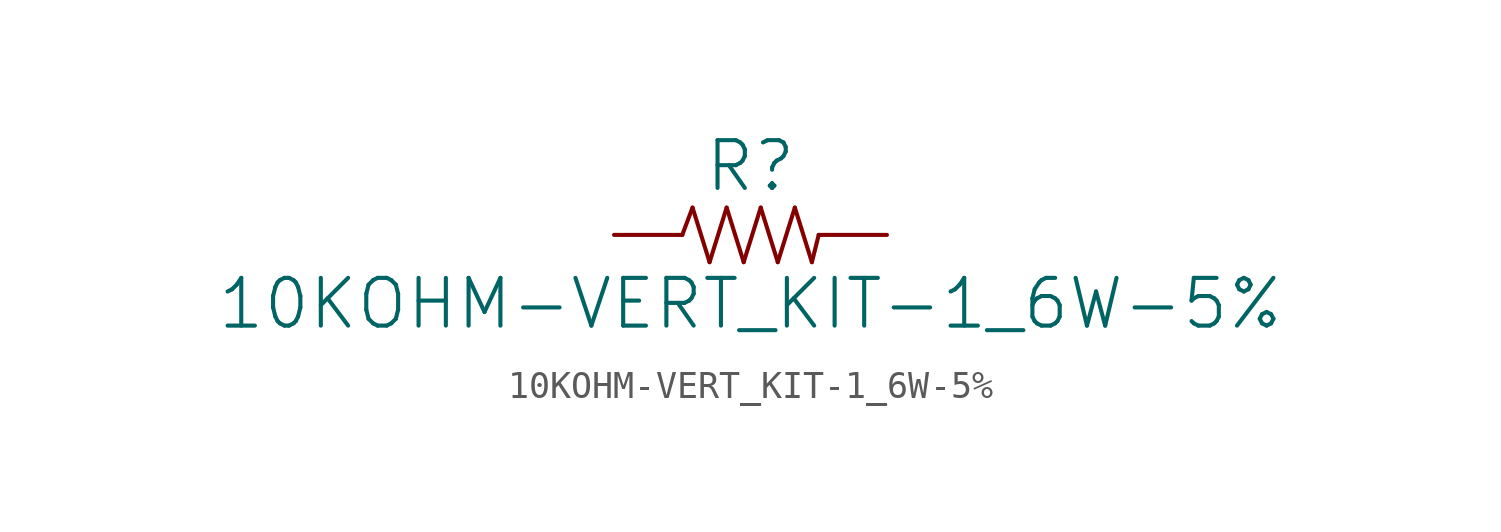
<source format=kicad_sym>
(kicad_symbol_lib
  (version 20211014)
  (generator kicad_symbol_editor)
  (symbol "10KOHM-VERT_KIT-1_6W-5%"
    (pin_names
      (offset 1.016))
    (property "Reference" "R"
      (at 0 1.524 0)
      (effects (font (size 1.778 1.778)) (justify bottom)))
    (property "Value" "10KOHM-VERT_KIT-1_6W-5%"
      (at 0 -1.524 0)
      (effects (font (size 1.778 1.778)) (justify top)))
    (property "ki_locked" ""
      (at 0 0 0)
      (effects (font (size 1.27 1.27))))
    (symbol "10KOHM-VERT_KIT-1_6W-5%_1_0"
      (polyline (pts (xy -2.54 0) (xy -2.159 1.016)) (stroke (width 0) (type default) (color 0 0 0 0)) (fill (type none)))
      (polyline (pts (xy -2.159 1.016) (xy -1.524 -1.016)) (stroke (width 0) (type default) (color 0 0 0 0)) (fill (type none)))
      (polyline (pts (xy -1.524 -1.016) (xy -0.889 1.016)) (stroke (width 0) (type default) (color 0 0 0 0)) (fill (type none)))
      (polyline (pts (xy -0.889 1.016) (xy -0.254 -1.016)) (stroke (width 0) (type default) (color 0 0 0 0)) (fill (type none)))
      (polyline (pts (xy -0.254 -1.016) (xy 0.381 1.016)) (stroke (width 0) (type default) (color 0 0 0 0)) (fill (type none)))
      (polyline (pts (xy 0.381 1.016) (xy 1.016 -1.016)) (stroke (width 0) (type default) (color 0 0 0 0)) (fill (type none)))
      (polyline (pts (xy 1.016 -1.016) (xy 1.651 1.016)) (stroke (width 0) (type default) (color 0 0 0 0)) (fill (type none)))
      (polyline (pts (xy 1.651 1.016) (xy 2.286 -1.016)) (stroke (width 0) (type default) (color 0 0 0 0)) (fill (type none)))
      (polyline (pts (xy 2.286 -1.016) (xy 2.54 0)) (stroke (width 0) (type default) (color 0 0 0 0)) (fill (type none)))
      (pin passive line (at -5.08 0 0) (length 2.54) (name "1" (effects (font (size 0 0)))) (number "P$1" (effects (font (size 0 0)))))
      (pin passive line (at 5.08 0 180) (length 2.54) (name "2" (effects (font (size 0 0)))) (number "P$2" (effects (font (size 0 0))))))))
</source>
